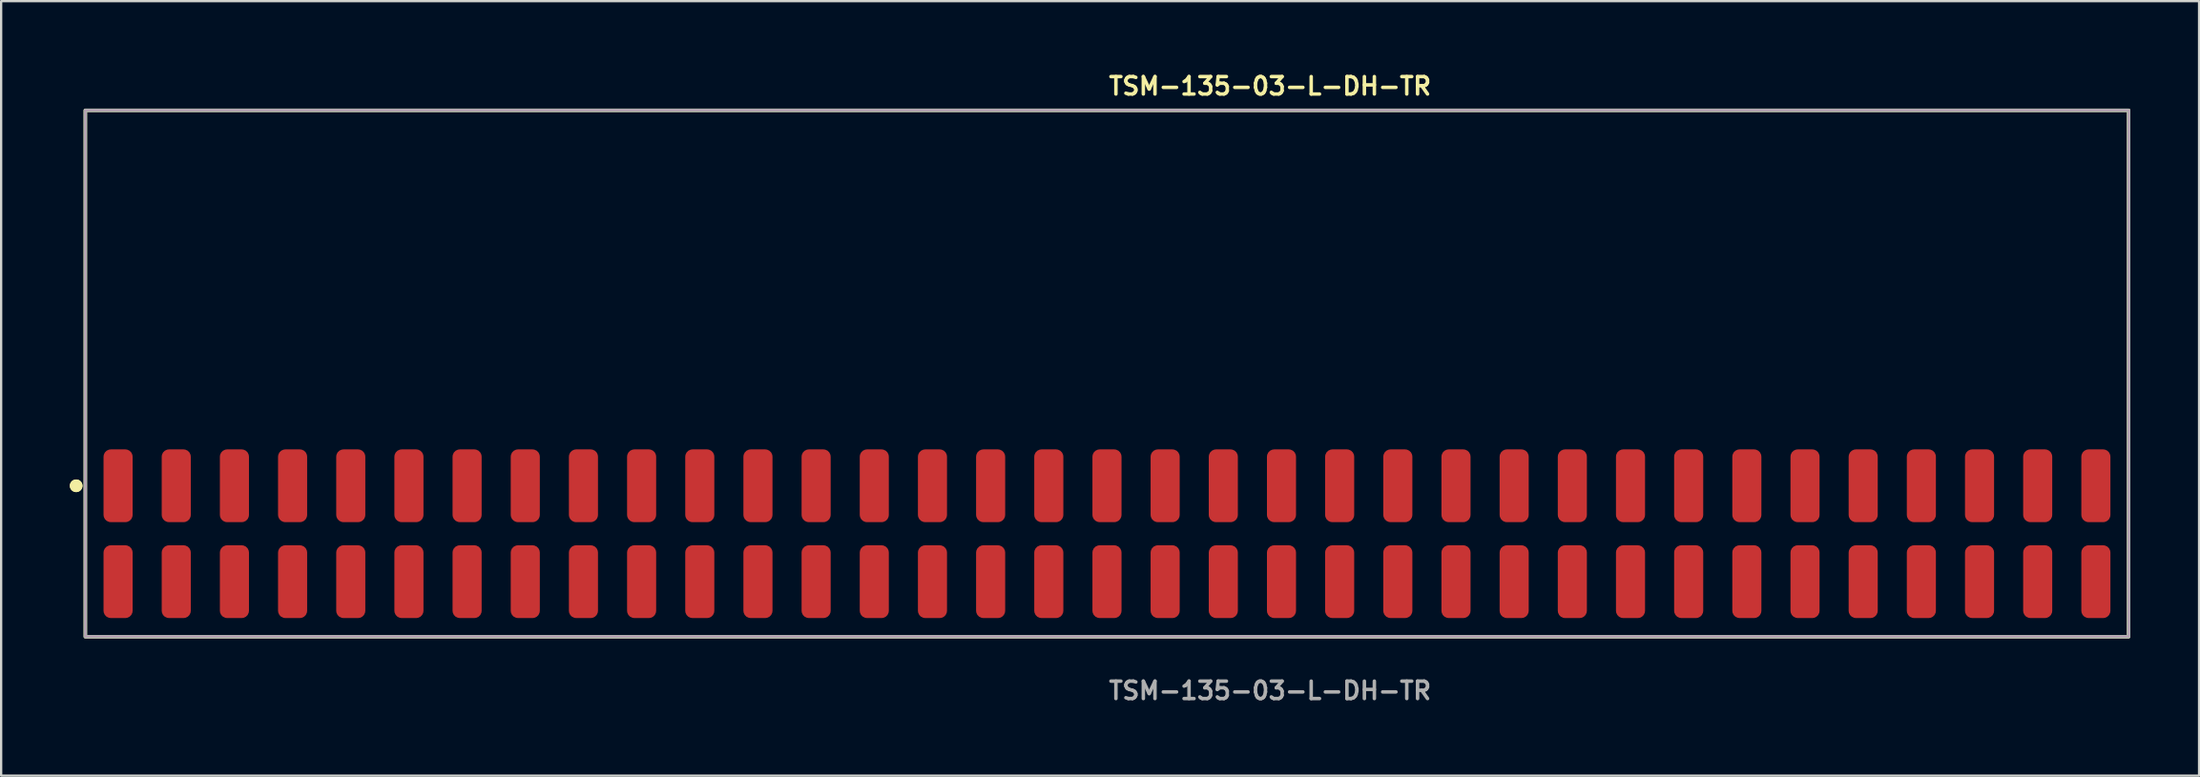
<source format=kicad_pcb>
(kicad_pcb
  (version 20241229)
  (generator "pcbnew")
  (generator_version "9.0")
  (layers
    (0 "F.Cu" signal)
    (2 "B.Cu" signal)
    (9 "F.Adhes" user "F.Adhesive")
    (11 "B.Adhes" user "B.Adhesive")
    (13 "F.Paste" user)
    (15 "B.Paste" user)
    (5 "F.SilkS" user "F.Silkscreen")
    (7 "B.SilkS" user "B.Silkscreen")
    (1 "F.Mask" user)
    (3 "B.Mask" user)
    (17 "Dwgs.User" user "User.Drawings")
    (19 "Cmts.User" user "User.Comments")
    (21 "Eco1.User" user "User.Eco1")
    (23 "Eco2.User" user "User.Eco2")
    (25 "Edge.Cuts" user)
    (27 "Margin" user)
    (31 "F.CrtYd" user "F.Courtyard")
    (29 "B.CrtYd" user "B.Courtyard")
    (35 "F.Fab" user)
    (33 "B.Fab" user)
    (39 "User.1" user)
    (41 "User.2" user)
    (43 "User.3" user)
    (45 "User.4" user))
  (footprint "TSM-135-03-L-DH-TR"
    (layer "F.Cu")
    (at 45.286 20.271)
    (property "Reference" "TSM-135-03-L-DH-TR" (at 0 -19.558 0) (unlocked yes) (layer "F.SilkS") (effects (font (size 0.762 0.762) (thickness 0.152)) (justify left)))
    (fp_rect (start -44.61 4.5) (end 44.61 -18.5) (stroke (width 0.152) (type solid)) (fill no) (layer "F.SilkS"))
    (fp_circle (center -45.01 -2.095) (end -45.21 -2.095) (stroke (width 0.152) (type solid)) (fill yes) (layer "F.SilkS"))
    (fp_circle (center -45.01 -2.095) (end -45.21 -2.095) (stroke (width 0.152) (type solid)) (fill yes) (layer "F.SilkS"))
    (fp_rect (start -44.61 4.5) (end 44.61 -18.5) (stroke (width 0.006) (type solid)) (fill no) (layer "F.CrtYd"))
    (fp_rect (start -44.61 4.5) (end 44.61 -18.5) (stroke (width 0.152) (type solid)) (fill no) (layer "F.Fab"))
    (fp_text user "${REFERENCE}" (at 0 6.858 0) (unlocked yes) (layer "F.Fab") (effects (font (size 0.762 0.762) (thickness 0.152)) (justify left)))
    (pad "1" smd roundrect (at -43.18 2.095) (size 1.27 3.18) (layers "F.Cu" "F.Paste") (roundrect_rratio 0.25))
    (pad "2" smd roundrect (at -43.18 -2.095) (size 1.27 3.18) (layers "F.Cu" "F.Paste") (roundrect_rratio 0.25))
    (pad "3" smd roundrect (at -40.64 2.095) (size 1.27 3.18) (layers "F.Cu" "F.Paste") (roundrect_rratio 0.25))
    (pad "4" smd roundrect (at -40.64 -2.095) (size 1.27 3.18) (layers "F.Cu" "F.Paste") (roundrect_rratio 0.25))
    (pad "5" smd roundrect (at -38.1 2.095) (size 1.27 3.18) (layers "F.Cu" "F.Paste") (roundrect_rratio 0.25))
    (pad "6" smd roundrect (at -38.1 -2.095) (size 1.27 3.18) (layers "F.Cu" "F.Paste") (roundrect_rratio 0.25))
    (pad "7" smd roundrect (at -35.56 2.095) (size 1.27 3.18) (layers "F.Cu" "F.Paste") (roundrect_rratio 0.25))
    (pad "8" smd roundrect (at -35.56 -2.095) (size 1.27 3.18) (layers "F.Cu" "F.Paste") (roundrect_rratio 0.25))
    (pad "9" smd roundrect (at -33.02 2.095) (size 1.27 3.18) (layers "F.Cu" "F.Paste") (roundrect_rratio 0.25))
    (pad "10" smd roundrect (at -33.02 -2.095) (size 1.27 3.18) (layers "F.Cu" "F.Paste") (roundrect_rratio 0.25))
    (pad "11" smd roundrect (at -30.48 2.095) (size 1.27 3.18) (layers "F.Cu" "F.Paste") (roundrect_rratio 0.25))
    (pad "12" smd roundrect (at -30.48 -2.095) (size 1.27 3.18) (layers "F.Cu" "F.Paste") (roundrect_rratio 0.25))
    (pad "13" smd roundrect (at -27.94 2.095) (size 1.27 3.18) (layers "F.Cu" "F.Paste") (roundrect_rratio 0.25))
    (pad "14" smd roundrect (at -27.94 -2.095) (size 1.27 3.18) (layers "F.Cu" "F.Paste") (roundrect_rratio 0.25))
    (pad "15" smd roundrect (at -25.4 2.095) (size 1.27 3.18) (layers "F.Cu" "F.Paste") (roundrect_rratio 0.25))
    (pad "16" smd roundrect (at -25.4 -2.095) (size 1.27 3.18) (layers "F.Cu" "F.Paste") (roundrect_rratio 0.25))
    (pad "17" smd roundrect (at -22.86 2.095) (size 1.27 3.18) (layers "F.Cu" "F.Paste") (roundrect_rratio 0.25))
    (pad "18" smd roundrect (at -22.86 -2.095) (size 1.27 3.18) (layers "F.Cu" "F.Paste") (roundrect_rratio 0.25))
    (pad "19" smd roundrect (at -20.32 2.095) (size 1.27 3.18) (layers "F.Cu" "F.Paste") (roundrect_rratio 0.25))
    (pad "20" smd roundrect (at -20.32 -2.095) (size 1.27 3.18) (layers "F.Cu" "F.Paste") (roundrect_rratio 0.25))
    (pad "21" smd roundrect (at -17.78 2.095) (size 1.27 3.18) (layers "F.Cu" "F.Paste") (roundrect_rratio 0.25))
    (pad "22" smd roundrect (at -17.78 -2.095) (size 1.27 3.18) (layers "F.Cu" "F.Paste") (roundrect_rratio 0.25))
    (pad "23" smd roundrect (at -15.24 2.095) (size 1.27 3.18) (layers "F.Cu" "F.Paste") (roundrect_rratio 0.25))
    (pad "24" smd roundrect (at -15.24 -2.095) (size 1.27 3.18) (layers "F.Cu" "F.Paste") (roundrect_rratio 0.25))
    (pad "25" smd roundrect (at -12.7 2.095) (size 1.27 3.18) (layers "F.Cu" "F.Paste") (roundrect_rratio 0.25))
    (pad "26" smd roundrect (at -12.7 -2.095) (size 1.27 3.18) (layers "F.Cu" "F.Paste") (roundrect_rratio 0.25))
    (pad "27" smd roundrect (at -10.16 2.095) (size 1.27 3.18) (layers "F.Cu" "F.Paste") (roundrect_rratio 0.25))
    (pad "28" smd roundrect (at -10.16 -2.095) (size 1.27 3.18) (layers "F.Cu" "F.Paste") (roundrect_rratio 0.25))
    (pad "29" smd roundrect (at -7.62 2.095) (size 1.27 3.18) (layers "F.Cu" "F.Paste") (roundrect_rratio 0.25))
    (pad "30" smd roundrect (at -7.62 -2.095) (size 1.27 3.18) (layers "F.Cu" "F.Paste") (roundrect_rratio 0.25))
    (pad "31" smd roundrect (at -5.08 2.095) (size 1.27 3.18) (layers "F.Cu" "F.Paste") (roundrect_rratio 0.25))
    (pad "32" smd roundrect (at -5.08 -2.095) (size 1.27 3.18) (layers "F.Cu" "F.Paste") (roundrect_rratio 0.25))
    (pad "33" smd roundrect (at -2.54 2.095) (size 1.27 3.18) (layers "F.Cu" "F.Paste") (roundrect_rratio 0.25))
    (pad "34" smd roundrect (at -2.54 -2.095) (size 1.27 3.18) (layers "F.Cu" "F.Paste") (roundrect_rratio 0.25))
    (pad "35" smd roundrect (at 0 2.095) (size 1.27 3.18) (layers "F.Cu" "F.Paste") (roundrect_rratio 0.25))
    (pad "36" smd roundrect (at 0 -2.095) (size 1.27 3.18) (layers "F.Cu" "F.Paste") (roundrect_rratio 0.25))
    (pad "37" smd roundrect (at 2.54 2.095) (size 1.27 3.18) (layers "F.Cu" "F.Paste") (roundrect_rratio 0.25))
    (pad "38" smd roundrect (at 2.54 -2.095) (size 1.27 3.18) (layers "F.Cu" "F.Paste") (roundrect_rratio 0.25))
    (pad "39" smd roundrect (at 5.08 2.095) (size 1.27 3.18) (layers "F.Cu" "F.Paste") (roundrect_rratio 0.25))
    (pad "40" smd roundrect (at 5.08 -2.095) (size 1.27 3.18) (layers "F.Cu" "F.Paste") (roundrect_rratio 0.25))
    (pad "41" smd roundrect (at 7.62 2.095) (size 1.27 3.18) (layers "F.Cu" "F.Paste") (roundrect_rratio 0.25))
    (pad "42" smd roundrect (at 7.62 -2.095) (size 1.27 3.18) (layers "F.Cu" "F.Paste") (roundrect_rratio 0.25))
    (pad "43" smd roundrect (at 10.16 2.095) (size 1.27 3.18) (layers "F.Cu" "F.Paste") (roundrect_rratio 0.25))
    (pad "44" smd roundrect (at 10.16 -2.095) (size 1.27 3.18) (layers "F.Cu" "F.Paste") (roundrect_rratio 0.25))
    (pad "45" smd roundrect (at 12.7 2.095) (size 1.27 3.18) (layers "F.Cu" "F.Paste") (roundrect_rratio 0.25))
    (pad "46" smd roundrect (at 12.7 -2.095) (size 1.27 3.18) (layers "F.Cu" "F.Paste") (roundrect_rratio 0.25))
    (pad "47" smd roundrect (at 15.24 2.095) (size 1.27 3.18) (layers "F.Cu" "F.Paste") (roundrect_rratio 0.25))
    (pad "48" smd roundrect (at 15.24 -2.095) (size 1.27 3.18) (layers "F.Cu" "F.Paste") (roundrect_rratio 0.25))
    (pad "49" smd roundrect (at 17.78 2.095) (size 1.27 3.18) (layers "F.Cu" "F.Paste") (roundrect_rratio 0.25))
    (pad "50" smd roundrect (at 17.78 -2.095) (size 1.27 3.18) (layers "F.Cu" "F.Paste") (roundrect_rratio 0.25))
    (pad "51" smd roundrect (at 20.32 2.095) (size 1.27 3.18) (layers "F.Cu" "F.Paste") (roundrect_rratio 0.25))
    (pad "52" smd roundrect (at 20.32 -2.095) (size 1.27 3.18) (layers "F.Cu" "F.Paste") (roundrect_rratio 0.25))
    (pad "53" smd roundrect (at 22.86 2.095) (size 1.27 3.18) (layers "F.Cu" "F.Paste") (roundrect_rratio 0.25))
    (pad "54" smd roundrect (at 22.86 -2.095) (size 1.27 3.18) (layers "F.Cu" "F.Paste") (roundrect_rratio 0.25))
    (pad "55" smd roundrect (at 25.4 2.095) (size 1.27 3.18) (layers "F.Cu" "F.Paste") (roundrect_rratio 0.25))
    (pad "56" smd roundrect (at 25.4 -2.095) (size 1.27 3.18) (layers "F.Cu" "F.Paste") (roundrect_rratio 0.25))
    (pad "57" smd roundrect (at 27.94 2.095) (size 1.27 3.18) (layers "F.Cu" "F.Paste") (roundrect_rratio 0.25))
    (pad "58" smd roundrect (at 27.94 -2.095) (size 1.27 3.18) (layers "F.Cu" "F.Paste") (roundrect_rratio 0.25))
    (pad "59" smd roundrect (at 30.48 2.095) (size 1.27 3.18) (layers "F.Cu" "F.Paste") (roundrect_rratio 0.25))
    (pad "60" smd roundrect (at 30.48 -2.095) (size 1.27 3.18) (layers "F.Cu" "F.Paste") (roundrect_rratio 0.25))
    (pad "61" smd roundrect (at 33.02 2.095) (size 1.27 3.18) (layers "F.Cu" "F.Paste") (roundrect_rratio 0.25))
    (pad "62" smd roundrect (at 33.02 -2.095) (size 1.27 3.18) (layers "F.Cu" "F.Paste") (roundrect_rratio 0.25))
    (pad "63" smd roundrect (at 35.56 2.095) (size 1.27 3.18) (layers "F.Cu" "F.Paste") (roundrect_rratio 0.25))
    (pad "64" smd roundrect (at 35.56 -2.095) (size 1.27 3.18) (layers "F.Cu" "F.Paste") (roundrect_rratio 0.25))
    (pad "65" smd roundrect (at 38.1 2.095) (size 1.27 3.18) (layers "F.Cu" "F.Paste") (roundrect_rratio 0.25))
    (pad "66" smd roundrect (at 38.1 -2.095) (size 1.27 3.18) (layers "F.Cu" "F.Paste") (roundrect_rratio 0.25))
    (pad "67" smd roundrect (at 40.64 2.095) (size 1.27 3.18) (layers "F.Cu" "F.Paste") (roundrect_rratio 0.25))
    (pad "68" smd roundrect (at 40.64 -2.095) (size 1.27 3.18) (layers "F.Cu" "F.Paste") (roundrect_rratio 0.25))
    (pad "69" smd roundrect (at 43.18 2.095) (size 1.27 3.18) (layers "F.Cu" "F.Paste") (roundrect_rratio 0.25))
    (pad "70" smd roundrect (at 43.18 -2.095) (size 1.27 3.18) (layers "F.Cu" "F.Paste") (roundrect_rratio 0.25)))
  (gr_rect
    (start -3 -3)
    (end 92.972 30.842)
    (stroke (width 0.1) (type default))
    (fill no)
    (layer "Edge.Cuts")))
</source>
